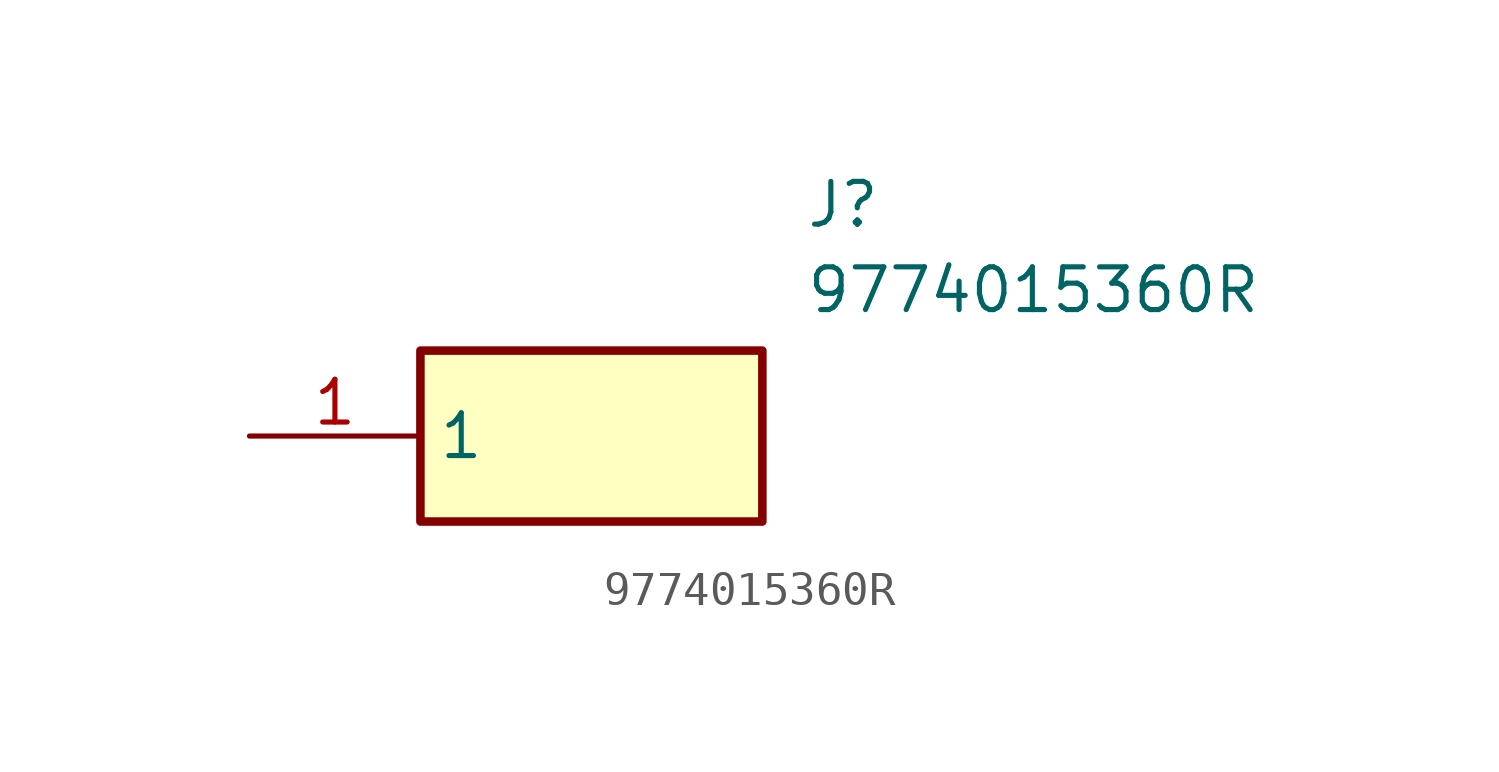
<source format=kicad_sym>
(kicad_symbol_lib
  (version 20231120)
  (generator "kicad_symbol_editor")
  (generator_version "8.0")
  (symbol "9774015360R"
    (property "Reference" "J"
      (at 16.51 7.62 0)
      (effects (font (size 1.27 1.27)) (justify left top)))
    (property "Value" "9774015360R"
      (at 16.51 5.08 0)
      (effects (font (size 1.27 1.27)) (justify left top)))
    (symbol "9774015360R_1_1"
      (rectangle (start 5.08 2.54) (end 15.24 -2.54) (stroke (width 0.254) (type default)) (fill (type background)))
      (pin passive line (at 0 0 0) (length 5.08) (name "1" (effects (font (size 1.27 1.27)))) (number "1" (effects (font (size 1.27 1.27))))))))
</source>
